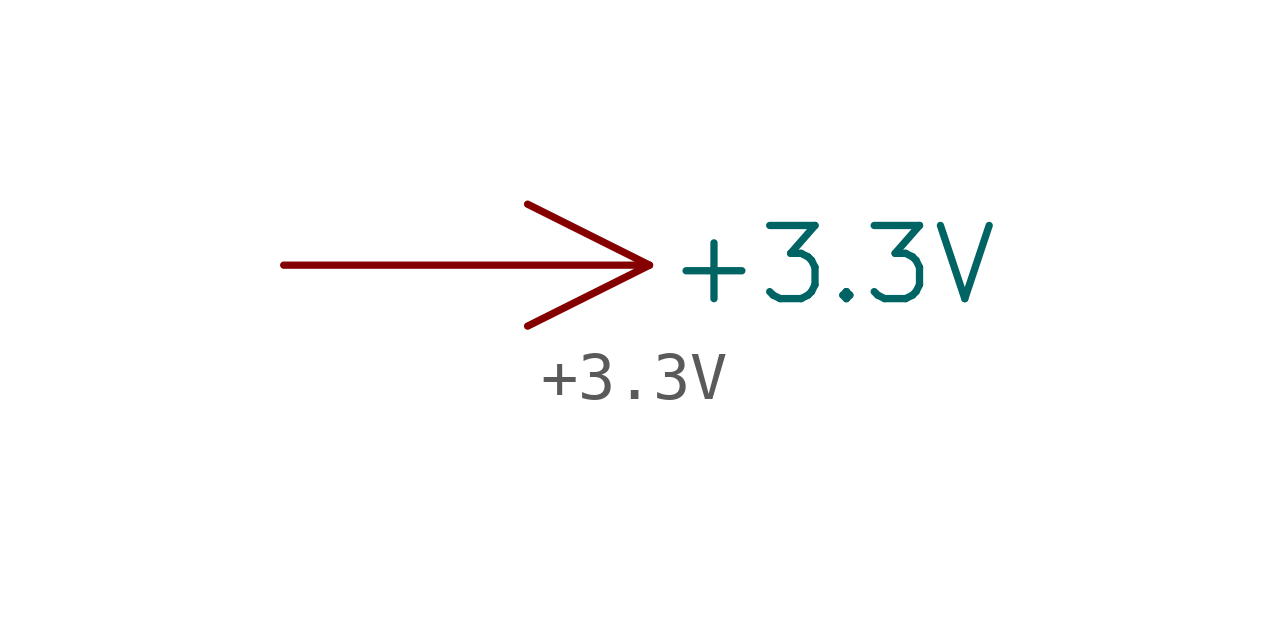
<source format=kicad_sym>
(kicad_symbol_lib
  (version 20220914)
  (generator kicad_symbol_editor)
  (symbol "+3.3V"
    (power)
    (pin_numbers hide)
    (pin_names
      (offset 0))
    (property "Reference" ""
      (at 2.54 -1.27 0)
      (effects (font (size 1.524 1.524)) hide))
    (property "Value" "+3.3V"
      (at 11.43 0 0)
      (do_not_autoplace)
      (effects (font (size 1.524 1.524))))
    (property "Footprint" ""
      (at 0 0 0)
      (effects (font (size 1.524 1.524))))
    (property "Datasheet" ""
      (at 0 0 0)
      (effects (font (size 1.524 1.524))))
    (symbol "+3.3V_0_1"
      (polyline (pts (xy 0 0) (xy 7.62 0)) (stroke (width 0) (type solid)) (fill (type none)))
      (polyline (pts (xy 5.08 1.27) (xy 7.62 0) (xy 5.08 -1.27)) (stroke (width 0) (type solid)) (fill (type none))))
    (symbol "+3.3V_1_1"
      (pin power_in line (at 0 0 0) (length 5.08) hide (name "+3.3V" (effects (font (size 1.27 1.27)))) (number "~" (effects (font (size 1.27 1.27))))))))
</source>
